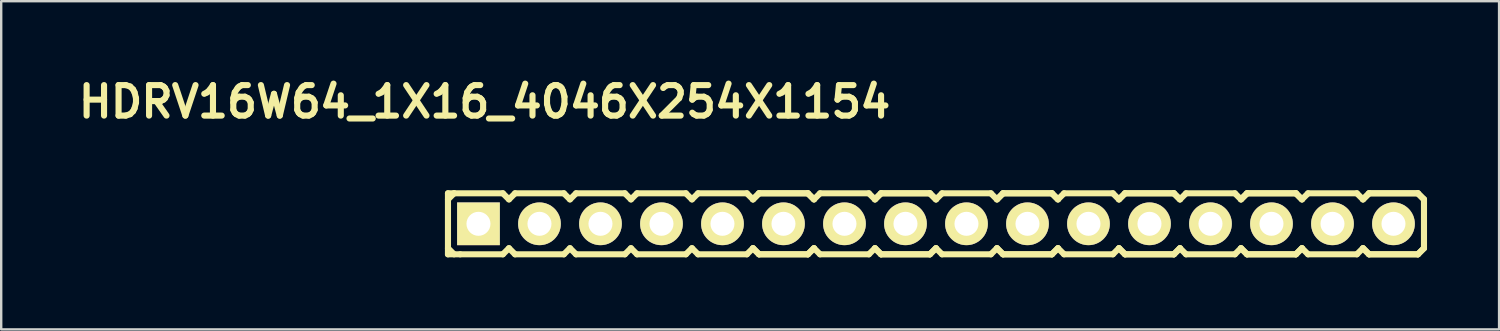
<source format=kicad_pcb>
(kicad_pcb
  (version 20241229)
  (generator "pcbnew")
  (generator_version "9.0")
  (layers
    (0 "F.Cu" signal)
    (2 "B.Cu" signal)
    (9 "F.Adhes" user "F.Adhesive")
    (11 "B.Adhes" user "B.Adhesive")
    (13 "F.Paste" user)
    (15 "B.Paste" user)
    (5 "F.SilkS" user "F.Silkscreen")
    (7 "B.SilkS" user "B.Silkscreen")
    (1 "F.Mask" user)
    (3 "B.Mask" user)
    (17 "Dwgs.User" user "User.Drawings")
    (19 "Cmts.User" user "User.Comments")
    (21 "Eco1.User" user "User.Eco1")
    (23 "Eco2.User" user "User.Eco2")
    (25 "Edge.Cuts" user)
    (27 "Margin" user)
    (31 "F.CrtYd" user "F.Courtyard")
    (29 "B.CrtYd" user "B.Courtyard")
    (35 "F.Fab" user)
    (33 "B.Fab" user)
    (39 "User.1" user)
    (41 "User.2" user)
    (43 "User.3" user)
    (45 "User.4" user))
  (footprint "HDRV16W64_1X16_4046X254X1154"
    (layer "F.Cu")
    (at 35.923 6.269)
    (property "Reference" "HDRV16W64_1X16_4046X254X1154" (at -18.796 -5.08 0) (layer "F.SilkS") (effects (font (size 1.27 1.27) (thickness 0.254))))
    (attr smd)
    (fp_line (start -20.32 -1.27) (end -20.32 1.27) (stroke (width 0.254) (type solid)) (layer "F.SilkS"))
    (fp_line (start -20.32 -1.27) (end -20.066 -1.27) (stroke (width 0.254) (type solid)) (layer "F.SilkS"))
    (fp_line (start -20.32 -1.016) (end -20.066 -1.27) (stroke (width 0.254) (type solid)) (layer "F.SilkS"))
    (fp_line (start -20.066 -1.27) (end -18.034 -1.27) (stroke (width 0.254) (type solid)) (layer "F.SilkS"))
    (fp_line (start -20.066 1.27) (end -20.32 1.016) (stroke (width 0.254) (type solid)) (layer "F.SilkS"))
    (fp_line (start -19.812 1.27) (end -20.32 1.27) (stroke (width 0.254) (type solid)) (layer "F.SilkS"))
    (fp_line (start -18.034 -1.27) (end -17.78 -1.016) (stroke (width 0.254) (type solid)) (layer "F.SilkS"))
    (fp_line (start -18.034 1.27) (end -19.812 1.27) (stroke (width 0.254) (type solid)) (layer "F.SilkS"))
    (fp_line (start -17.78 -1.016) (end -17.526 -1.27) (stroke (width 0.254) (type solid)) (layer "F.SilkS"))
    (fp_line (start -17.78 1.016) (end -18.034 1.27) (stroke (width 0.254) (type solid)) (layer "F.SilkS"))
    (fp_line (start -17.526 -1.27) (end -15.494 -1.27) (stroke (width 0.254) (type solid)) (layer "F.SilkS"))
    (fp_line (start -17.526 1.27) (end -17.78 1.016) (stroke (width 0.254) (type solid)) (layer "F.SilkS"))
    (fp_line (start -15.494 -1.27) (end -15.24 -1.016) (stroke (width 0.254) (type solid)) (layer "F.SilkS"))
    (fp_line (start -15.494 1.27) (end -17.526 1.27) (stroke (width 0.254) (type solid)) (layer "F.SilkS"))
    (fp_line (start -15.494 1.27) (end -15.24 1.016) (stroke (width 0.254) (type solid)) (layer "F.SilkS"))
    (fp_line (start -15.24 -1.016) (end -14.986 -1.27) (stroke (width 0.254) (type solid)) (layer "F.SilkS"))
    (fp_line (start -15.24 1.016) (end -14.986 1.27) (stroke (width 0.254) (type solid)) (layer "F.SilkS"))
    (fp_line (start -14.986 -1.27) (end -12.954 -1.27) (stroke (width 0.254) (type solid)) (layer "F.SilkS"))
    (fp_line (start -12.954 -1.27) (end -12.7 -1.016) (stroke (width 0.254) (type solid)) (layer "F.SilkS"))
    (fp_line (start -12.954 1.27) (end -14.986 1.27) (stroke (width 0.254) (type solid)) (layer "F.SilkS"))
    (fp_line (start -12.7 -1.016) (end -12.446 -1.27) (stroke (width 0.254) (type solid)) (layer "F.SilkS"))
    (fp_line (start -12.7 1.016) (end -12.954 1.27) (stroke (width 0.254) (type solid)) (layer "F.SilkS"))
    (fp_line (start -12.446 -1.27) (end -10.414 -1.27) (stroke (width 0.254) (type solid)) (layer "F.SilkS"))
    (fp_line (start -12.446 1.27) (end -12.7 1.016) (stroke (width 0.254) (type solid)) (layer "F.SilkS"))
    (fp_line (start -10.414 -1.27) (end -10.16 -1.016) (stroke (width 0.254) (type solid)) (layer "F.SilkS"))
    (fp_line (start -10.414 1.27) (end -12.446 1.27) (stroke (width 0.254) (type solid)) (layer "F.SilkS"))
    (fp_line (start -10.16 -1.016) (end -9.906 -1.27) (stroke (width 0.254) (type solid)) (layer "F.SilkS"))
    (fp_line (start -10.16 1.016) (end -10.414 1.27) (stroke (width 0.254) (type solid)) (layer "F.SilkS"))
    (fp_line (start -9.906 -1.27) (end -7.874 -1.27) (stroke (width 0.254) (type solid)) (layer "F.SilkS"))
    (fp_line (start -9.906 1.27) (end -10.16 1.016) (stroke (width 0.254) (type solid)) (layer "F.SilkS"))
    (fp_line (start -7.874 -1.27) (end -7.62 -1.016) (stroke (width 0.254) (type solid)) (layer "F.SilkS"))
    (fp_line (start -7.874 1.27) (end -9.906 1.27) (stroke (width 0.254) (type solid)) (layer "F.SilkS"))
    (fp_line (start -7.62 -1.016) (end -7.366 -1.27) (stroke (width 0.254) (type solid)) (layer "F.SilkS"))
    (fp_line (start -7.62 -1.016) (end -7.366 -1.27) (stroke (width 0.254) (type solid)) (layer "F.SilkS"))
    (fp_line (start -7.62 1.016) (end -7.874 1.27) (stroke (width 0.254) (type solid)) (layer "F.SilkS"))
    (fp_line (start -7.366 -1.27) (end -5.334 -1.27) (stroke (width 0.254) (type solid)) (layer "F.SilkS"))
    (fp_line (start -7.366 -1.27) (end -5.334 -1.27) (stroke (width 0.254) (type solid)) (layer "F.SilkS"))
    (fp_line (start -7.366 1.27) (end -7.62 1.016) (stroke (width 0.254) (type solid)) (layer "F.SilkS"))
    (fp_line (start -7.366 1.27) (end -7.62 1.016) (stroke (width 0.254) (type solid)) (layer "F.SilkS"))
    (fp_line (start -5.334 -1.27) (end -5.08 -1.016) (stroke (width 0.254) (type solid)) (layer "F.SilkS"))
    (fp_line (start -5.334 -1.27) (end -5.08 -1.016) (stroke (width 0.254) (type solid)) (layer "F.SilkS"))
    (fp_line (start -5.334 1.27) (end -7.366 1.27) (stroke (width 0.254) (type solid)) (layer "F.SilkS"))
    (fp_line (start -5.334 1.27) (end -7.366 1.27) (stroke (width 0.254) (type solid)) (layer "F.SilkS"))
    (fp_line (start -5.08 -1.016) (end -4.826 -1.27) (stroke (width 0.254) (type solid)) (layer "F.SilkS"))
    (fp_line (start -5.08 1.016) (end -5.334 1.27) (stroke (width 0.254) (type solid)) (layer "F.SilkS"))
    (fp_line (start -5.08 1.016) (end -5.334 1.27) (stroke (width 0.254) (type solid)) (layer "F.SilkS"))
    (fp_line (start -4.826 -1.27) (end -2.794 -1.27) (stroke (width 0.254) (type solid)) (layer "F.SilkS"))
    (fp_line (start -4.826 1.27) (end -5.08 1.016) (stroke (width 0.254) (type solid)) (layer "F.SilkS"))
    (fp_line (start -2.794 -1.27) (end -2.54 -1.016) (stroke (width 0.254) (type solid)) (layer "F.SilkS"))
    (fp_line (start -2.794 1.27) (end -4.826 1.27) (stroke (width 0.254) (type solid)) (layer "F.SilkS"))
    (fp_line (start -2.54 -1.016) (end -2.286 -1.27) (stroke (width 0.254) (type solid)) (layer "F.SilkS"))
    (fp_line (start -2.54 -1.016) (end -2.286 -1.27) (stroke (width 0.254) (type solid)) (layer "F.SilkS"))
    (fp_line (start -2.54 1.016) (end -2.794 1.27) (stroke (width 0.254) (type solid)) (layer "F.SilkS"))
    (fp_line (start -2.286 -1.27) (end -0.254 -1.27) (stroke (width 0.254) (type solid)) (layer "F.SilkS"))
    (fp_line (start -2.286 -1.27) (end -0.254 -1.27) (stroke (width 0.254) (type solid)) (layer "F.SilkS"))
    (fp_line (start -2.286 1.27) (end -2.54 1.016) (stroke (width 0.254) (type solid)) (layer "F.SilkS"))
    (fp_line (start -2.286 1.27) (end -2.54 1.016) (stroke (width 0.254) (type solid)) (layer "F.SilkS"))
    (fp_line (start -0.254 -1.27) (end 0 -1.016) (stroke (width 0.254) (type solid)) (layer "F.SilkS"))
    (fp_line (start -0.254 -1.27) (end 0 -1.016) (stroke (width 0.254) (type solid)) (layer "F.SilkS"))
    (fp_line (start -0.254 1.27) (end -2.286 1.27) (stroke (width 0.254) (type solid)) (layer "F.SilkS"))
    (fp_line (start -0.254 1.27) (end -2.286 1.27) (stroke (width 0.254) (type solid)) (layer "F.SilkS"))
    (fp_line (start 0 -1.016) (end 0.254 -1.27) (stroke (width 0.254) (type solid)) (layer "F.SilkS"))
    (fp_line (start 0 1.016) (end -0.254 1.27) (stroke (width 0.254) (type solid)) (layer "F.SilkS"))
    (fp_line (start 0 1.016) (end -0.254 1.27) (stroke (width 0.254) (type solid)) (layer "F.SilkS"))
    (fp_line (start 0.254 -1.27) (end 2.286 -1.27) (stroke (width 0.254) (type solid)) (layer "F.SilkS"))
    (fp_line (start 0.254 1.27) (end 0 1.016) (stroke (width 0.254) (type solid)) (layer "F.SilkS"))
    (fp_line (start 2.286 -1.27) (end 2.54 -1.016) (stroke (width 0.254) (type solid)) (layer "F.SilkS"))
    (fp_line (start 2.286 1.27) (end 0.254 1.27) (stroke (width 0.254) (type solid)) (layer "F.SilkS"))
    (fp_line (start 2.54 -1.016) (end 2.794 -1.27) (stroke (width 0.254) (type solid)) (layer "F.SilkS"))
    (fp_line (start 2.54 -1.016) (end 2.794 -1.27) (stroke (width 0.254) (type solid)) (layer "F.SilkS"))
    (fp_line (start 2.54 1.016) (end 2.286 1.27) (stroke (width 0.254) (type solid)) (layer "F.SilkS"))
    (fp_line (start 2.794 -1.27) (end 4.826 -1.27) (stroke (width 0.254) (type solid)) (layer "F.SilkS"))
    (fp_line (start 2.794 -1.27) (end 4.826 -1.27) (stroke (width 0.254) (type solid)) (layer "F.SilkS"))
    (fp_line (start 2.794 1.27) (end 2.54 1.016) (stroke (width 0.254) (type solid)) (layer "F.SilkS"))
    (fp_line (start 2.794 1.27) (end 2.54 1.016) (stroke (width 0.254) (type solid)) (layer "F.SilkS"))
    (fp_line (start 4.826 -1.27) (end 5.08 -1.016) (stroke (width 0.254) (type solid)) (layer "F.SilkS"))
    (fp_line (start 4.826 -1.27) (end 5.08 -1.016) (stroke (width 0.254) (type solid)) (layer "F.SilkS"))
    (fp_line (start 4.826 1.27) (end 2.794 1.27) (stroke (width 0.254) (type solid)) (layer "F.SilkS"))
    (fp_line (start 4.826 1.27) (end 2.794 1.27) (stroke (width 0.254) (type solid)) (layer "F.SilkS"))
    (fp_line (start 5.08 -1.016) (end 5.334 -1.27) (stroke (width 0.254) (type solid)) (layer "F.SilkS"))
    (fp_line (start 5.08 1.016) (end 4.826 1.27) (stroke (width 0.254) (type solid)) (layer "F.SilkS"))
    (fp_line (start 5.08 1.016) (end 4.826 1.27) (stroke (width 0.254) (type solid)) (layer "F.SilkS"))
    (fp_line (start 5.334 -1.27) (end 7.366 -1.27) (stroke (width 0.254) (type solid)) (layer "F.SilkS"))
    (fp_line (start 5.334 1.27) (end 5.08 1.016) (stroke (width 0.254) (type solid)) (layer "F.SilkS"))
    (fp_line (start 7.366 -1.27) (end 7.62 -1.016) (stroke (width 0.254) (type solid)) (layer "F.SilkS"))
    (fp_line (start 7.366 1.27) (end 5.334 1.27) (stroke (width 0.254) (type solid)) (layer "F.SilkS"))
    (fp_line (start 7.62 -1.016) (end 7.874 -1.27) (stroke (width 0.254) (type solid)) (layer "F.SilkS"))
    (fp_line (start 7.62 -1.016) (end 7.874 -1.27) (stroke (width 0.254) (type solid)) (layer "F.SilkS"))
    (fp_line (start 7.62 1.016) (end 7.366 1.27) (stroke (width 0.254) (type solid)) (layer "F.SilkS"))
    (fp_line (start 7.874 -1.27) (end 9.906 -1.27) (stroke (width 0.254) (type solid)) (layer "F.SilkS"))
    (fp_line (start 7.874 -1.27) (end 9.906 -1.27) (stroke (width 0.254) (type solid)) (layer "F.SilkS"))
    (fp_line (start 7.874 1.27) (end 7.62 1.016) (stroke (width 0.254) (type solid)) (layer "F.SilkS"))
    (fp_line (start 7.874 1.27) (end 7.62 1.016) (stroke (width 0.254) (type solid)) (layer "F.SilkS"))
    (fp_line (start 9.906 -1.27) (end 10.16 -1.016) (stroke (width 0.254) (type solid)) (layer "F.SilkS"))
    (fp_line (start 9.906 -1.27) (end 10.16 -1.016) (stroke (width 0.254) (type solid)) (layer "F.SilkS"))
    (fp_line (start 9.906 1.27) (end 7.874 1.27) (stroke (width 0.254) (type solid)) (layer "F.SilkS"))
    (fp_line (start 9.906 1.27) (end 7.874 1.27) (stroke (width 0.254) (type solid)) (layer "F.SilkS"))
    (fp_line (start 10.16 -1.016) (end 10.414 -1.27) (stroke (width 0.254) (type solid)) (layer "F.SilkS"))
    (fp_line (start 10.16 1.016) (end 9.906 1.27) (stroke (width 0.254) (type solid)) (layer "F.SilkS"))
    (fp_line (start 10.16 1.016) (end 9.906 1.27) (stroke (width 0.254) (type solid)) (layer "F.SilkS"))
    (fp_line (start 10.414 -1.27) (end 12.446 -1.27) (stroke (width 0.254) (type solid)) (layer "F.SilkS"))
    (fp_line (start 10.414 1.27) (end 10.16 1.016) (stroke (width 0.254) (type solid)) (layer "F.SilkS"))
    (fp_line (start 12.446 -1.27) (end 12.7 -1.016) (stroke (width 0.254) (type solid)) (layer "F.SilkS"))
    (fp_line (start 12.446 1.27) (end 10.414 1.27) (stroke (width 0.254) (type solid)) (layer "F.SilkS"))
    (fp_line (start 12.7 -1.016) (end 12.954 -1.27) (stroke (width 0.254) (type solid)) (layer "F.SilkS"))
    (fp_line (start 12.7 -1.016) (end 12.954 -1.27) (stroke (width 0.254) (type solid)) (layer "F.SilkS"))
    (fp_line (start 12.7 1.016) (end 12.446 1.27) (stroke (width 0.254) (type solid)) (layer "F.SilkS"))
    (fp_line (start 12.954 -1.27) (end 14.986 -1.27) (stroke (width 0.254) (type solid)) (layer "F.SilkS"))
    (fp_line (start 12.954 -1.27) (end 14.986 -1.27) (stroke (width 0.254) (type solid)) (layer "F.SilkS"))
    (fp_line (start 12.954 1.27) (end 12.7 1.016) (stroke (width 0.254) (type solid)) (layer "F.SilkS"))
    (fp_line (start 12.954 1.27) (end 12.7 1.016) (stroke (width 0.254) (type solid)) (layer "F.SilkS"))
    (fp_line (start 14.986 -1.27) (end 15.24 -1.016) (stroke (width 0.254) (type solid)) (layer "F.SilkS"))
    (fp_line (start 14.986 -1.27) (end 15.24 -1.016) (stroke (width 0.254) (type solid)) (layer "F.SilkS"))
    (fp_line (start 14.986 1.27) (end 12.954 1.27) (stroke (width 0.254) (type solid)) (layer "F.SilkS"))
    (fp_line (start 14.986 1.27) (end 12.954 1.27) (stroke (width 0.254) (type solid)) (layer "F.SilkS"))
    (fp_line (start 15.24 -1.016) (end 15.494 -1.27) (stroke (width 0.254) (type solid)) (layer "F.SilkS"))
    (fp_line (start 15.24 1.016) (end 14.986 1.27) (stroke (width 0.254) (type solid)) (layer "F.SilkS"))
    (fp_line (start 15.24 1.016) (end 14.986 1.27) (stroke (width 0.254) (type solid)) (layer "F.SilkS"))
    (fp_line (start 15.494 -1.27) (end 17.526 -1.27) (stroke (width 0.254) (type solid)) (layer "F.SilkS"))
    (fp_line (start 15.494 1.27) (end 15.24 1.016) (stroke (width 0.254) (type solid)) (layer "F.SilkS"))
    (fp_line (start 17.526 -1.27) (end 17.78 -1.016) (stroke (width 0.254) (type solid)) (layer "F.SilkS"))
    (fp_line (start 17.526 1.27) (end 15.494 1.27) (stroke (width 0.254) (type solid)) (layer "F.SilkS"))
    (fp_line (start 17.78 -1.016) (end 18.034 -1.27) (stroke (width 0.254) (type solid)) (layer "F.SilkS"))
    (fp_line (start 17.78 -1.016) (end 18.034 -1.27) (stroke (width 0.254) (type solid)) (layer "F.SilkS"))
    (fp_line (start 17.78 1.016) (end 17.526 1.27) (stroke (width 0.254) (type solid)) (layer "F.SilkS"))
    (fp_line (start 18.034 -1.27) (end 20.066 -1.27) (stroke (width 0.254) (type solid)) (layer "F.SilkS"))
    (fp_line (start 18.034 -1.27) (end 20.066 -1.27) (stroke (width 0.254) (type solid)) (layer "F.SilkS"))
    (fp_line (start 18.034 1.27) (end 17.78 1.016) (stroke (width 0.254) (type solid)) (layer "F.SilkS"))
    (fp_line (start 18.034 1.27) (end 17.78 1.016) (stroke (width 0.254) (type solid)) (layer "F.SilkS"))
    (fp_line (start 20.066 -1.27) (end 20.32 -1.016) (stroke (width 0.254) (type solid)) (layer "F.SilkS"))
    (fp_line (start 20.066 -1.27) (end 20.32 -1.016) (stroke (width 0.254) (type solid)) (layer "F.SilkS"))
    (fp_line (start 20.066 1.27) (end 18.034 1.27) (stroke (width 0.254) (type solid)) (layer "F.SilkS"))
    (fp_line (start 20.066 1.27) (end 18.034 1.27) (stroke (width 0.254) (type solid)) (layer "F.SilkS"))
    (fp_line (start 20.32 -1.016) (end 20.32 1.016) (stroke (width 0.254) (type solid)) (layer "F.SilkS"))
    (fp_line (start 20.32 1.016) (end 20.066 1.27) (stroke (width 0.254) (type solid)) (layer "F.SilkS"))
    (fp_line (start 20.32 1.016) (end 20.066 1.27) (stroke (width 0.254) (type solid)) (layer "F.SilkS"))
    (pad "1" thru_hole rect (at -19.05 0) (size 1.778 1.778) (drill 1) (layers "*.Cu" "*.Mask" "F.SilkS" "B.Adhes"))
    (pad "2" thru_hole circle (at -16.51 0) (size 1.778 1.778) (drill 1) (layers "*.Cu" "*.Mask" "F.SilkS" "B.Adhes"))
    (pad "3" thru_hole circle (at -13.97 0) (size 1.778 1.778) (drill 1) (layers "*.Cu" "*.Mask" "F.SilkS" "B.Adhes"))
    (pad "4" thru_hole circle (at -11.43 0) (size 1.778 1.778) (drill 1) (layers "*.Cu" "*.Mask" "F.SilkS" "B.Adhes"))
    (pad "5" thru_hole circle (at -8.89 0) (size 1.778 1.778) (drill 1) (layers "*.Cu" "*.Mask" "F.SilkS" "B.Adhes"))
    (pad "6" thru_hole circle (at -6.35 0) (size 1.778 1.778) (drill 1) (layers "*.Cu" "*.Mask" "F.SilkS" "B.Adhes"))
    (pad "7" thru_hole circle (at -3.81 0) (size 1.778 1.778) (drill 1) (layers "*.Cu" "*.Mask" "F.SilkS" "B.Adhes"))
    (pad "8" thru_hole circle (at -1.27 0) (size 1.778 1.778) (drill 1) (layers "*.Cu" "*.Mask" "F.SilkS" "B.Adhes"))
    (pad "9" thru_hole circle (at 1.27 0) (size 1.778 1.778) (drill 1) (layers "*.Cu" "*.Mask" "F.SilkS" "B.Adhes"))
    (pad "10" thru_hole circle (at 3.81 0) (size 1.778 1.778) (drill 1) (layers "*.Cu" "*.Mask" "F.SilkS" "B.Adhes"))
    (pad "11" thru_hole circle (at 6.35 0) (size 1.778 1.778) (drill 1) (layers "*.Cu" "*.Mask" "F.SilkS" "B.Adhes"))
    (pad "12" thru_hole circle (at 8.89 0) (size 1.778 1.778) (drill 1) (layers "*.Cu" "*.Mask" "F.SilkS" "B.Adhes"))
    (pad "13" thru_hole circle (at 11.43 0) (size 1.778 1.778) (drill 1) (layers "*.Cu" "*.Mask" "F.SilkS" "B.Adhes"))
    (pad "14" thru_hole circle (at 13.97 0) (size 1.778 1.778) (drill 1) (layers "*.Cu" "*.Mask" "F.SilkS" "B.Adhes"))
    (pad "15" thru_hole circle (at 16.51 0) (size 1.778 1.778) (drill 1) (layers "*.Cu" "*.Mask" "F.SilkS" "B.Adhes"))
    (pad "16" thru_hole circle (at 19.05 0) (size 1.778 1.778) (drill 1) (layers "*.Cu" "*.Mask" "F.SilkS" "B.Adhes")))
  (gr_rect
    (start -3 -3)
    (end 59.37 10.666)
    (stroke (width 0.1) (type default))
    (fill no)
    (layer "Edge.Cuts")))
</source>
